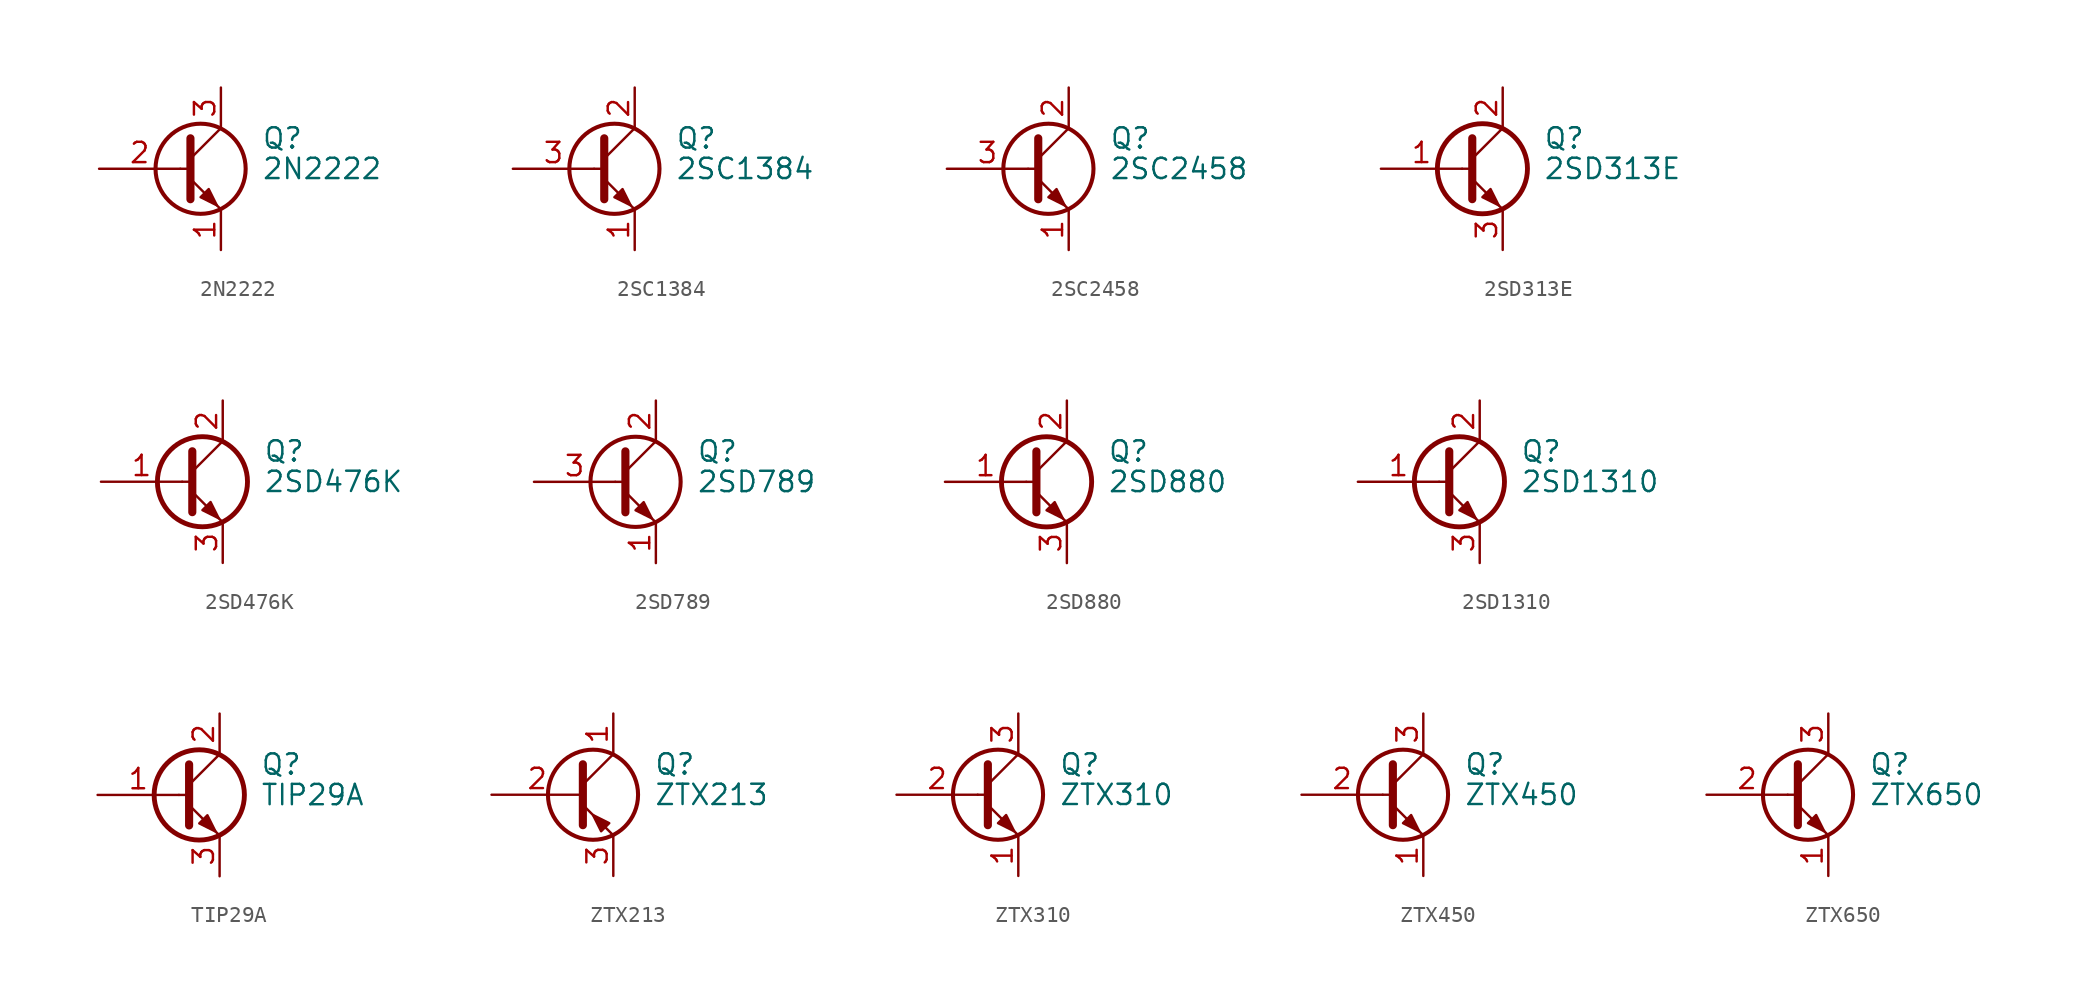
<source format=kicad_sym>
(kicad_symbol_lib
  (version 20220914)
  (generator kicad_symbol_editor)
  (symbol "2N2222"
    (pin_names
      (offset 0) hide)
    (property "Reference" "Q"
      (at 5.08 1.905 0)
      (effects (font (size 1.27 1.27)) (justify left)))
    (property "Value" "2N2222"
      (at 5.08 0 0)
      (effects (font (size 1.27 1.27)) (justify left)))
    (symbol "2N2222_0_1"
      (polyline (pts (xy 0 0) (xy 0.635 0)) (stroke (width 0) (type solid)) (fill (type none)))
      (polyline (pts (xy 0.635 0.635) (xy 2.54 2.54)) (stroke (width 0) (type solid)) (fill (type none)))
      (polyline (pts (xy 0.635 -0.635) (xy 2.54 -2.54) (xy 2.54 -2.54)) (stroke (width 0) (type solid)) (fill (type none)))
      (polyline (pts (xy 0.635 1.905) (xy 0.635 -1.905) (xy 0.635 -1.905)) (stroke (width 0.508) (type solid)) (fill (type none)))
      (polyline (pts (xy 1.27 -1.778) (xy 1.778 -1.27) (xy 2.286 -2.286) (xy 1.27 -1.778) (xy 1.27 -1.778)) (stroke (width 0) (type solid)) (fill (type outline)))
      (circle (center 1.27 0) (radius 2.819) (stroke (width 0.254) (type solid)) (fill (type none))))
    (symbol "2N2222_1_1"
      (pin passive line (at 2.54 -5.08 90) (length 2.54) (name "E" (effects (font (size 1.27 1.27)))) (number "1" (effects (font (size 1.27 1.27)))))
      (pin input line (at -5.08 0 0) (length 5.08) (name "B" (effects (font (size 1.27 1.27)))) (number "2" (effects (font (size 1.27 1.27)))))
      (pin passive line (at 2.54 5.08 270) (length 2.54) (name "C" (effects (font (size 1.27 1.27)))) (number "3" (effects (font (size 1.27 1.27)))))))
  (symbol "2SC1384"
    (pin_names
      (offset 0) hide)
    (property "Reference" "Q"
      (at 5.08 1.905 0)
      (effects (font (size 1.27 1.27)) (justify left)))
    (property "Value" "2SC1384"
      (at 5.08 0 0)
      (effects (font (size 1.27 1.27)) (justify left)))
    (symbol "2SC1384_0_1"
      (polyline (pts (xy 0 0) (xy 0.635 0)) (stroke (width 0) (type solid)) (fill (type none)))
      (polyline (pts (xy 0.635 0.635) (xy 2.54 2.54)) (stroke (width 0) (type solid)) (fill (type none)))
      (polyline (pts (xy 0.635 -0.635) (xy 2.54 -2.54) (xy 2.54 -2.54)) (stroke (width 0) (type solid)) (fill (type none)))
      (polyline (pts (xy 0.635 1.905) (xy 0.635 -1.905) (xy 0.635 -1.905)) (stroke (width 0.508) (type solid)) (fill (type none)))
      (polyline (pts (xy 1.27 -1.778) (xy 1.778 -1.27) (xy 2.286 -2.286) (xy 1.27 -1.778) (xy 1.27 -1.778)) (stroke (width 0) (type solid)) (fill (type outline)))
      (circle (center 1.27 0) (radius 2.819) (stroke (width 0.254) (type solid)) (fill (type none))))
    (symbol "2SC1384_1_1"
      (pin passive line (at 2.54 -5.08 90) (length 2.54) (name "E" (effects (font (size 1.27 1.27)))) (number "1" (effects (font (size 1.27 1.27)))))
      (pin passive line (at 2.54 5.08 270) (length 2.54) (name "C" (effects (font (size 1.27 1.27)))) (number "2" (effects (font (size 1.27 1.27)))))
      (pin input line (at -5.08 0 0) (length 5.08) (name "B" (effects (font (size 1.27 1.27)))) (number "3" (effects (font (size 1.27 1.27)))))))
  (symbol "2SC2458"
    (pin_names
      (offset 0) hide)
    (property "Reference" "Q"
      (at 5.08 1.905 0)
      (effects (font (size 1.27 1.27)) (justify left)))
    (property "Value" "2SC2458"
      (at 5.08 0 0)
      (effects (font (size 1.27 1.27)) (justify left)))
    (symbol "2SC2458_0_1"
      (polyline (pts (xy 0 0) (xy 0.635 0)) (stroke (width 0) (type solid)) (fill (type none)))
      (polyline (pts (xy 0.635 0.635) (xy 2.54 2.54)) (stroke (width 0) (type solid)) (fill (type none)))
      (polyline (pts (xy 0.635 -0.635) (xy 2.54 -2.54) (xy 2.54 -2.54)) (stroke (width 0) (type solid)) (fill (type none)))
      (polyline (pts (xy 0.635 1.905) (xy 0.635 -1.905) (xy 0.635 -1.905)) (stroke (width 0.508) (type solid)) (fill (type none)))
      (polyline (pts (xy 1.27 -1.778) (xy 1.778 -1.27) (xy 2.286 -2.286) (xy 1.27 -1.778) (xy 1.27 -1.778)) (stroke (width 0) (type solid)) (fill (type outline)))
      (circle (center 1.27 0) (radius 2.819) (stroke (width 0.254) (type solid)) (fill (type none))))
    (symbol "2SC2458_1_1"
      (pin passive line (at 2.54 -5.08 90) (length 2.54) (name "E" (effects (font (size 1.27 1.27)))) (number "1" (effects (font (size 1.27 1.27)))))
      (pin passive line (at 2.54 5.08 270) (length 2.54) (name "C" (effects (font (size 1.27 1.27)))) (number "2" (effects (font (size 1.27 1.27)))))
      (pin input line (at -5.08 0 0) (length 5.08) (name "B" (effects (font (size 1.27 1.27)))) (number "3" (effects (font (size 1.27 1.27)))))))
  (symbol "2SD313E"
    (pin_names
      (offset 0) hide)
    (property "Reference" "Q"
      (at 5.08 1.905 0)
      (effects (font (size 1.27 1.27)) (justify left)))
    (property "Value" "2SD313E"
      (at 5.08 0 0)
      (effects (font (size 1.27 1.27)) (justify left)))
    (symbol "2SD313E_0_1"
      (polyline (pts (xy 0 0) (xy 0.635 0)) (stroke (width 0) (type solid)) (fill (type none)))
      (polyline (pts (xy 2.54 -2.54) (xy 0.635 -0.635)) (stroke (width 0) (type solid)) (fill (type none)))
      (polyline (pts (xy 2.54 2.54) (xy 0.635 0.635)) (stroke (width 0) (type solid)) (fill (type none)))
      (polyline (pts (xy 0.635 1.905) (xy 0.635 -1.905) (xy 0.635 -1.905)) (stroke (width 0.508) (type solid)) (fill (type outline)))
      (polyline (pts (xy 1.27 -1.778) (xy 1.778 -1.27) (xy 2.286 -2.286) (xy 1.27 -1.778) (xy 1.27 -1.778)) (stroke (width 0) (type solid)) (fill (type outline)))
      (circle (center 1.27 0) (radius 2.819) (stroke (width 0.305) (type solid)) (fill (type none))))
    (symbol "2SD313E_1_1"
      (pin input line (at -5.08 0 0) (length 5.08) (name "B" (effects (font (size 1.27 1.27)))) (number "1" (effects (font (size 1.27 1.27)))))
      (pin passive line (at 2.54 5.08 270) (length 2.54) (name "C" (effects (font (size 1.27 1.27)))) (number "2" (effects (font (size 1.27 1.27)))))
      (pin passive line (at 2.54 -5.08 90) (length 2.54) (name "E" (effects (font (size 1.27 1.27)))) (number "3" (effects (font (size 1.27 1.27)))))))
  (symbol "2SD476K"
    (pin_names
      (offset 0) hide)
    (property "Reference" "Q"
      (at 5.08 1.905 0)
      (effects (font (size 1.27 1.27)) (justify left)))
    (property "Value" "2SD476K"
      (at 5.08 0 0)
      (effects (font (size 1.27 1.27)) (justify left)))
    (symbol "2SD476K_0_1"
      (polyline (pts (xy 0 0) (xy 0.635 0)) (stroke (width 0) (type solid)) (fill (type none)))
      (polyline (pts (xy 2.54 -2.54) (xy 0.635 -0.635)) (stroke (width 0) (type solid)) (fill (type none)))
      (polyline (pts (xy 2.54 2.54) (xy 0.635 0.635)) (stroke (width 0) (type solid)) (fill (type none)))
      (polyline (pts (xy 0.635 1.905) (xy 0.635 -1.905) (xy 0.635 -1.905)) (stroke (width 0.508) (type solid)) (fill (type outline)))
      (polyline (pts (xy 1.27 -1.778) (xy 1.778 -1.27) (xy 2.286 -2.286) (xy 1.27 -1.778) (xy 1.27 -1.778)) (stroke (width 0) (type solid)) (fill (type outline)))
      (circle (center 1.27 0) (radius 2.819) (stroke (width 0.305) (type solid)) (fill (type none))))
    (symbol "2SD476K_1_1"
      (pin input line (at -5.08 0 0) (length 5.08) (name "B" (effects (font (size 1.27 1.27)))) (number "1" (effects (font (size 1.27 1.27)))))
      (pin passive line (at 2.54 5.08 270) (length 2.54) (name "C" (effects (font (size 1.27 1.27)))) (number "2" (effects (font (size 1.27 1.27)))))
      (pin passive line (at 2.54 -5.08 90) (length 2.54) (name "E" (effects (font (size 1.27 1.27)))) (number "3" (effects (font (size 1.27 1.27)))))))
  (symbol "2SD789"
    (pin_names
      (offset 0) hide)
    (property "Reference" "Q"
      (at 5.08 1.905 0)
      (effects (font (size 1.27 1.27)) (justify left)))
    (property "Value" "2SD789"
      (at 5.08 0 0)
      (effects (font (size 1.27 1.27)) (justify left)))
    (symbol "2SD789_0_1"
      (polyline (pts (xy 0 0) (xy 0.635 0)) (stroke (width 0) (type solid)) (fill (type none)))
      (polyline (pts (xy 0.635 0.635) (xy 2.54 2.54)) (stroke (width 0) (type solid)) (fill (type none)))
      (polyline (pts (xy 0.635 -0.635) (xy 2.54 -2.54) (xy 2.54 -2.54)) (stroke (width 0) (type solid)) (fill (type none)))
      (polyline (pts (xy 0.635 1.905) (xy 0.635 -1.905) (xy 0.635 -1.905)) (stroke (width 0.508) (type solid)) (fill (type none)))
      (polyline (pts (xy 1.27 -1.778) (xy 1.778 -1.27) (xy 2.286 -2.286) (xy 1.27 -1.778) (xy 1.27 -1.778)) (stroke (width 0) (type solid)) (fill (type outline)))
      (circle (center 1.27 0) (radius 2.819) (stroke (width 0.254) (type solid)) (fill (type none))))
    (symbol "2SD789_1_1"
      (pin passive line (at 2.54 -5.08 90) (length 2.54) (name "E" (effects (font (size 1.27 1.27)))) (number "1" (effects (font (size 1.27 1.27)))))
      (pin passive line (at 2.54 5.08 270) (length 2.54) (name "C" (effects (font (size 1.27 1.27)))) (number "2" (effects (font (size 1.27 1.27)))))
      (pin input line (at -5.08 0 0) (length 5.08) (name "B" (effects (font (size 1.27 1.27)))) (number "3" (effects (font (size 1.27 1.27)))))))
  (symbol "2SD880"
    (pin_names
      (offset 0) hide)
    (property "Reference" "Q"
      (at 5.08 1.905 0)
      (effects (font (size 1.27 1.27)) (justify left)))
    (property "Value" "2SD880"
      (at 5.08 0 0)
      (effects (font (size 1.27 1.27)) (justify left)))
    (symbol "2SD880_0_1"
      (polyline (pts (xy 0 0) (xy 0.635 0)) (stroke (width 0) (type solid)) (fill (type none)))
      (polyline (pts (xy 2.54 -2.54) (xy 0.635 -0.635)) (stroke (width 0) (type solid)) (fill (type none)))
      (polyline (pts (xy 2.54 2.54) (xy 0.635 0.635)) (stroke (width 0) (type solid)) (fill (type none)))
      (polyline (pts (xy 0.635 1.905) (xy 0.635 -1.905) (xy 0.635 -1.905)) (stroke (width 0.508) (type solid)) (fill (type outline)))
      (polyline (pts (xy 1.27 -1.778) (xy 1.778 -1.27) (xy 2.286 -2.286) (xy 1.27 -1.778) (xy 1.27 -1.778)) (stroke (width 0) (type solid)) (fill (type outline)))
      (circle (center 1.27 0) (radius 2.819) (stroke (width 0.305) (type solid)) (fill (type none))))
    (symbol "2SD880_1_1"
      (pin input line (at -5.08 0 0) (length 5.08) (name "B" (effects (font (size 1.27 1.27)))) (number "1" (effects (font (size 1.27 1.27)))))
      (pin passive line (at 2.54 5.08 270) (length 2.54) (name "C" (effects (font (size 1.27 1.27)))) (number "2" (effects (font (size 1.27 1.27)))))
      (pin passive line (at 2.54 -5.08 90) (length 2.54) (name "E" (effects (font (size 1.27 1.27)))) (number "3" (effects (font (size 1.27 1.27)))))))
  (symbol "2SD1310"
    (pin_names
      (offset 0) hide)
    (property "Reference" "Q"
      (at 5.08 1.905 0)
      (effects (font (size 1.27 1.27)) (justify left)))
    (property "Value" "2SD1310"
      (at 5.08 0 0)
      (effects (font (size 1.27 1.27)) (justify left)))
    (symbol "2SD1310_0_1"
      (polyline (pts (xy 0 0) (xy 0.635 0)) (stroke (width 0) (type solid)) (fill (type none)))
      (polyline (pts (xy 2.54 -2.54) (xy 0.635 -0.635)) (stroke (width 0) (type solid)) (fill (type none)))
      (polyline (pts (xy 2.54 2.54) (xy 0.635 0.635)) (stroke (width 0) (type solid)) (fill (type none)))
      (polyline (pts (xy 0.635 1.905) (xy 0.635 -1.905) (xy 0.635 -1.905)) (stroke (width 0.508) (type solid)) (fill (type outline)))
      (polyline (pts (xy 1.27 -1.778) (xy 1.778 -1.27) (xy 2.286 -2.286) (xy 1.27 -1.778) (xy 1.27 -1.778)) (stroke (width 0) (type solid)) (fill (type outline)))
      (circle (center 1.27 0) (radius 2.819) (stroke (width 0.305) (type solid)) (fill (type none))))
    (symbol "2SD1310_1_1"
      (pin input line (at -5.08 0 0) (length 5.08) (name "B" (effects (font (size 1.27 1.27)))) (number "1" (effects (font (size 1.27 1.27)))))
      (pin passive line (at 2.54 5.08 270) (length 2.54) (name "C" (effects (font (size 1.27 1.27)))) (number "2" (effects (font (size 1.27 1.27)))))
      (pin passive line (at 2.54 -5.08 90) (length 2.54) (name "E" (effects (font (size 1.27 1.27)))) (number "3" (effects (font (size 1.27 1.27)))))))
  (symbol "TIP29A"
    (pin_names
      (offset 0) hide)
    (property "Reference" "Q"
      (at 5.08 1.905 0)
      (effects (font (size 1.27 1.27)) (justify left)))
    (property "Value" "TIP29A"
      (at 5.08 0 0)
      (effects (font (size 1.27 1.27)) (justify left)))
    (symbol "TIP29A_0_1"
      (polyline (pts (xy 0 0) (xy 0.635 0)) (stroke (width 0) (type solid)) (fill (type none)))
      (polyline (pts (xy 2.54 -2.54) (xy 0.635 -0.635)) (stroke (width 0) (type solid)) (fill (type none)))
      (polyline (pts (xy 2.54 2.54) (xy 0.635 0.635)) (stroke (width 0) (type solid)) (fill (type none)))
      (polyline (pts (xy 0.635 1.905) (xy 0.635 -1.905) (xy 0.635 -1.905)) (stroke (width 0.508) (type solid)) (fill (type outline)))
      (polyline (pts (xy 1.27 -1.778) (xy 1.778 -1.27) (xy 2.286 -2.286) (xy 1.27 -1.778) (xy 1.27 -1.778)) (stroke (width 0) (type solid)) (fill (type outline)))
      (circle (center 1.27 0) (radius 2.819) (stroke (width 0.305) (type solid)) (fill (type none))))
    (symbol "TIP29A_1_1"
      (pin input line (at -5.08 0 0) (length 5.08) (name "B" (effects (font (size 1.27 1.27)))) (number "1" (effects (font (size 1.27 1.27)))))
      (pin passive line (at 2.54 5.08 270) (length 2.54) (name "C" (effects (font (size 1.27 1.27)))) (number "2" (effects (font (size 1.27 1.27)))))
      (pin passive line (at 2.54 -5.08 90) (length 2.54) (name "E" (effects (font (size 1.27 1.27)))) (number "3" (effects (font (size 1.27 1.27)))))))
  (symbol "ZTX213"
    (pin_names
      (offset 0) hide)
    (property "Reference" "Q"
      (at 5.08 1.905 0)
      (effects (font (size 1.27 1.27)) (justify left)))
    (property "Value" "ZTX213"
      (at 5.08 0 0)
      (effects (font (size 1.27 1.27)) (justify left)))
    (symbol "ZTX213_0_1"
      (polyline (pts (xy 0.635 0.635) (xy 2.54 2.54)) (stroke (width 0) (type solid)) (fill (type none)))
      (polyline (pts (xy 0.635 -0.635) (xy 2.54 -2.54) (xy 2.54 -2.54)) (stroke (width 0) (type solid)) (fill (type none)))
      (polyline (pts (xy 0.635 1.905) (xy 0.635 -1.905) (xy 0.635 -1.905)) (stroke (width 0.508) (type solid)) (fill (type none)))
      (polyline (pts (xy 2.286 -1.778) (xy 1.778 -2.286) (xy 1.27 -1.27) (xy 2.286 -1.778) (xy 2.286 -1.778)) (stroke (width 0) (type solid)) (fill (type outline)))
      (circle (center 1.27 0) (radius 2.819) (stroke (width 0.254) (type solid)) (fill (type none))))
    (symbol "ZTX213_1_1"
      (pin passive line (at 2.54 5.08 270) (length 2.54) (name "C" (effects (font (size 1.27 1.27)))) (number "1" (effects (font (size 1.27 1.27)))))
      (pin input line (at -5.08 0 0) (length 5.715) (name "B" (effects (font (size 1.27 1.27)))) (number "2" (effects (font (size 1.27 1.27)))))
      (pin passive line (at 2.54 -5.08 90) (length 2.54) (name "E" (effects (font (size 1.27 1.27)))) (number "3" (effects (font (size 1.27 1.27)))))))
  (symbol "ZTX310"
    (pin_names
      (offset 0) hide)
    (property "Reference" "Q"
      (at 5.08 1.905 0)
      (effects (font (size 1.27 1.27)) (justify left)))
    (property "Value" "ZTX310"
      (at 5.08 0 0)
      (effects (font (size 1.27 1.27)) (justify left)))
    (symbol "ZTX310_0_1"
      (polyline (pts (xy 0 0) (xy 0.635 0)) (stroke (width 0) (type solid)) (fill (type none)))
      (polyline (pts (xy 0.635 0.635) (xy 2.54 2.54)) (stroke (width 0) (type solid)) (fill (type none)))
      (polyline (pts (xy 0.635 -0.635) (xy 2.54 -2.54) (xy 2.54 -2.54)) (stroke (width 0) (type solid)) (fill (type none)))
      (polyline (pts (xy 0.635 1.905) (xy 0.635 -1.905) (xy 0.635 -1.905)) (stroke (width 0.508) (type solid)) (fill (type none)))
      (polyline (pts (xy 1.27 -1.778) (xy 1.778 -1.27) (xy 2.286 -2.286) (xy 1.27 -1.778) (xy 1.27 -1.778)) (stroke (width 0) (type solid)) (fill (type outline)))
      (circle (center 1.27 0) (radius 2.819) (stroke (width 0.254) (type solid)) (fill (type none))))
    (symbol "ZTX310_1_1"
      (pin passive line (at 2.54 -5.08 90) (length 2.54) (name "E" (effects (font (size 1.27 1.27)))) (number "1" (effects (font (size 1.27 1.27)))))
      (pin input line (at -5.08 0 0) (length 5.08) (name "B" (effects (font (size 1.27 1.27)))) (number "2" (effects (font (size 1.27 1.27)))))
      (pin passive line (at 2.54 5.08 270) (length 2.54) (name "C" (effects (font (size 1.27 1.27)))) (number "3" (effects (font (size 1.27 1.27)))))))
  (symbol "ZTX450"
    (pin_names
      (offset 0) hide)
    (property "Reference" "Q"
      (at 5.08 1.905 0)
      (effects (font (size 1.27 1.27)) (justify left)))
    (property "Value" "ZTX450"
      (at 5.08 0 0)
      (effects (font (size 1.27 1.27)) (justify left)))
    (symbol "ZTX450_0_1"
      (polyline (pts (xy 0 0) (xy 0.635 0)) (stroke (width 0) (type solid)) (fill (type none)))
      (polyline (pts (xy 0.635 0.635) (xy 2.54 2.54)) (stroke (width 0) (type solid)) (fill (type none)))
      (polyline (pts (xy 0.635 -0.635) (xy 2.54 -2.54) (xy 2.54 -2.54)) (stroke (width 0) (type solid)) (fill (type none)))
      (polyline (pts (xy 0.635 1.905) (xy 0.635 -1.905) (xy 0.635 -1.905)) (stroke (width 0.508) (type solid)) (fill (type none)))
      (polyline (pts (xy 1.27 -1.778) (xy 1.778 -1.27) (xy 2.286 -2.286) (xy 1.27 -1.778) (xy 1.27 -1.778)) (stroke (width 0) (type solid)) (fill (type outline)))
      (circle (center 1.27 0) (radius 2.819) (stroke (width 0.254) (type solid)) (fill (type none))))
    (symbol "ZTX450_1_1"
      (pin passive line (at 2.54 -5.08 90) (length 2.54) (name "E" (effects (font (size 1.27 1.27)))) (number "1" (effects (font (size 1.27 1.27)))))
      (pin input line (at -5.08 0 0) (length 5.08) (name "B" (effects (font (size 1.27 1.27)))) (number "2" (effects (font (size 1.27 1.27)))))
      (pin passive line (at 2.54 5.08 270) (length 2.54) (name "C" (effects (font (size 1.27 1.27)))) (number "3" (effects (font (size 1.27 1.27)))))))
  (symbol "ZTX650"
    (pin_names
      (offset 0) hide)
    (property "Reference" "Q"
      (at 5.08 1.905 0)
      (effects (font (size 1.27 1.27)) (justify left)))
    (property "Value" "ZTX650"
      (at 5.08 0 0)
      (effects (font (size 1.27 1.27)) (justify left)))
    (symbol "ZTX650_0_1"
      (polyline (pts (xy 0 0) (xy 0.635 0)) (stroke (width 0) (type solid)) (fill (type none)))
      (polyline (pts (xy 0.635 0.635) (xy 2.54 2.54)) (stroke (width 0) (type solid)) (fill (type none)))
      (polyline (pts (xy 0.635 -0.635) (xy 2.54 -2.54) (xy 2.54 -2.54)) (stroke (width 0) (type solid)) (fill (type none)))
      (polyline (pts (xy 0.635 1.905) (xy 0.635 -1.905) (xy 0.635 -1.905)) (stroke (width 0.508) (type solid)) (fill (type none)))
      (polyline (pts (xy 1.27 -1.778) (xy 1.778 -1.27) (xy 2.286 -2.286) (xy 1.27 -1.778) (xy 1.27 -1.778)) (stroke (width 0) (type solid)) (fill (type outline)))
      (circle (center 1.27 0) (radius 2.819) (stroke (width 0.254) (type solid)) (fill (type none))))
    (symbol "ZTX650_1_1"
      (pin passive line (at 2.54 -5.08 90) (length 2.54) (name "E" (effects (font (size 1.27 1.27)))) (number "1" (effects (font (size 1.27 1.27)))))
      (pin input line (at -5.08 0 0) (length 5.08) (name "B" (effects (font (size 1.27 1.27)))) (number "2" (effects (font (size 1.27 1.27)))))
      (pin passive line (at 2.54 5.08 270) (length 2.54) (name "C" (effects (font (size 1.27 1.27)))) (number "3" (effects (font (size 1.27 1.27))))))))
</source>
